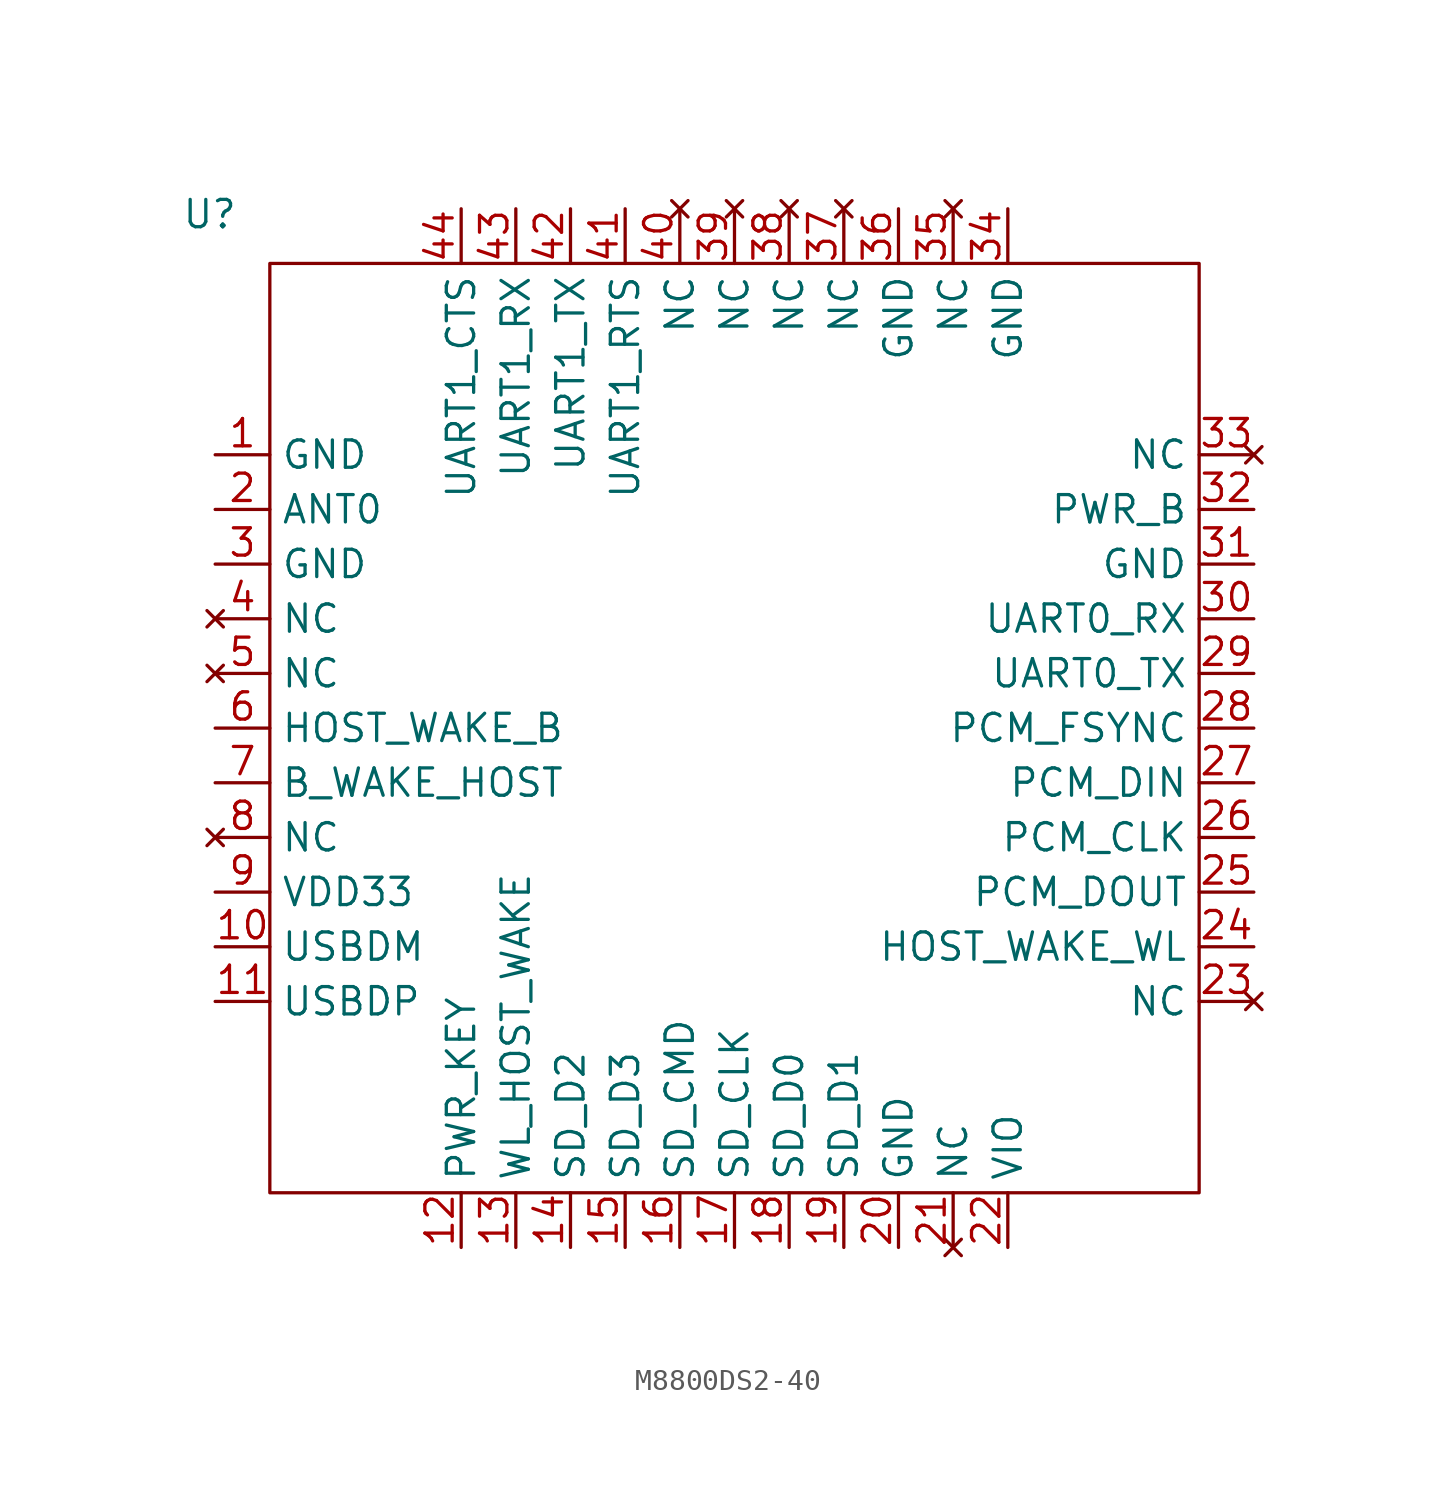
<source format=kicad_sym>
(kicad_symbol_lib
  (version 20241209)
  (generator "kicad_symbol_editor")
  (generator_version "9.0")
  (symbol "M8800DS2-40"
    (property "Reference" "U"
      (at -24.384 23.876 0)
      (effects (font (size 1.27 1.27))))
    (property "Value" ""
      (at 0 0 0)
      (effects (font (size 1.27 1.27))))
    (symbol "M8800DS2-40_0_1"
      (rectangle (start -21.59 21.59) (end 21.59 -21.59) (stroke (width 0) (type default)) (fill (type none))))
    (symbol "M8800DS2-40_1_1"
      (pin power_in line (at -24.13 12.7 0) (length 2.54) (name "GND" (effects (font (size 1.27 1.27)))) (number "1" (effects (font (size 1.27 1.27)))))
      (pin bidirectional line (at -24.13 10.16 0) (length 2.54) (name "ANT0" (effects (font (size 1.27 1.27)))) (number "2" (effects (font (size 1.27 1.27)))))
      (pin power_in line (at -24.13 7.62 0) (length 2.54) (name "GND" (effects (font (size 1.27 1.27)))) (number "3" (effects (font (size 1.27 1.27)))))
      (pin no_connect line (at -24.13 5.08 0) (length 2.54) (name "NC" (effects (font (size 1.27 1.27)))) (number "4" (effects (font (size 1.27 1.27)))))
      (pin no_connect line (at -24.13 2.54 0) (length 2.54) (name "NC" (effects (font (size 1.27 1.27)))) (number "5" (effects (font (size 1.27 1.27)))))
      (pin input line (at -24.13 0 0) (length 2.54) (name "HOST_WAKE_B" (effects (font (size 1.27 1.27)))) (number "6" (effects (font (size 1.27 1.27)))))
      (pin output line (at -24.13 -2.54 0) (length 2.54) (name "B_WAKE_HOST" (effects (font (size 1.27 1.27)))) (number "7" (effects (font (size 1.27 1.27)))))
      (pin no_connect line (at -24.13 -5.08 0) (length 2.54) (name "NC" (effects (font (size 1.27 1.27)))) (number "8" (effects (font (size 1.27 1.27)))))
      (pin power_in line (at -24.13 -7.62 0) (length 2.54) (name "VDD33" (effects (font (size 1.27 1.27)))) (number "9" (effects (font (size 1.27 1.27)))))
      (pin bidirectional line (at -24.13 -10.16 0) (length 2.54) (name "USBDM" (effects (font (size 1.27 1.27)))) (number "10" (effects (font (size 1.27 1.27)))))
      (pin bidirectional line (at -24.13 -12.7 0) (length 2.54) (name "USBDP" (effects (font (size 1.27 1.27)))) (number "11" (effects (font (size 1.27 1.27)))))
      (pin input line (at -12.7 24.13 270) (length 2.54) (name "UART1_CTS" (effects (font (size 1.27 1.27)))) (number "44" (effects (font (size 1.27 1.27)))))
      (pin input line (at -12.7 -24.13 90) (length 2.54) (name "PWR_KEY" (effects (font (size 1.27 1.27)))) (number "12" (effects (font (size 1.27 1.27)))))
      (pin input line (at -10.16 24.13 270) (length 2.54) (name "UART1_RX" (effects (font (size 1.27 1.27)))) (number "43" (effects (font (size 1.27 1.27)))))
      (pin bidirectional line (at -10.16 -24.13 90) (length 2.54) (name "WL_HOST_WAKE" (effects (font (size 1.27 1.27)))) (number "13" (effects (font (size 1.27 1.27)))))
      (pin output line (at -7.62 24.13 270) (length 2.54) (name "UART1_TX" (effects (font (size 1.27 1.27)))) (number "42" (effects (font (size 1.27 1.27)))))
      (pin bidirectional line (at -7.62 -24.13 90) (length 2.54) (name "SD_D2" (effects (font (size 1.27 1.27)))) (number "14" (effects (font (size 1.27 1.27)))))
      (pin output line (at -5.08 24.13 270) (length 2.54) (name "UART1_RTS" (effects (font (size 1.27 1.27)))) (number "41" (effects (font (size 1.27 1.27)))))
      (pin bidirectional line (at -5.08 -24.13 90) (length 2.54) (name "SD_D3" (effects (font (size 1.27 1.27)))) (number "15" (effects (font (size 1.27 1.27)))))
      (pin no_connect line (at -2.54 24.13 270) (length 2.54) (name "NC" (effects (font (size 1.27 1.27)))) (number "40" (effects (font (size 1.27 1.27)))))
      (pin bidirectional line (at -2.54 -24.13 90) (length 2.54) (name "SD_CMD" (effects (font (size 1.27 1.27)))) (number "16" (effects (font (size 1.27 1.27)))))
      (pin no_connect line (at 0 24.13 270) (length 2.54) (name "NC" (effects (font (size 1.27 1.27)))) (number "39" (effects (font (size 1.27 1.27)))))
      (pin input line (at 0 -24.13 90) (length 2.54) (name "SD_CLK" (effects (font (size 1.27 1.27)))) (number "17" (effects (font (size 1.27 1.27)))))
      (pin no_connect line (at 2.54 24.13 270) (length 2.54) (name "NC" (effects (font (size 1.27 1.27)))) (number "38" (effects (font (size 1.27 1.27)))))
      (pin bidirectional line (at 2.54 -24.13 90) (length 2.54) (name "SD_D0" (effects (font (size 1.27 1.27)))) (number "18" (effects (font (size 1.27 1.27)))))
      (pin no_connect line (at 5.08 24.13 270) (length 2.54) (name "NC" (effects (font (size 1.27 1.27)))) (number "37" (effects (font (size 1.27 1.27)))))
      (pin bidirectional line (at 5.08 -24.13 90) (length 2.54) (name "SD_D1" (effects (font (size 1.27 1.27)))) (number "19" (effects (font (size 1.27 1.27)))))
      (pin power_in line (at 7.62 24.13 270) (length 2.54) (name "GND" (effects (font (size 1.27 1.27)))) (number "36" (effects (font (size 1.27 1.27)))))
      (pin power_in line (at 7.62 -24.13 90) (length 2.54) (name "GND" (effects (font (size 1.27 1.27)))) (number "20" (effects (font (size 1.27 1.27)))))
      (pin no_connect line (at 10.16 24.13 270) (length 2.54) (name "NC" (effects (font (size 1.27 1.27)))) (number "35" (effects (font (size 1.27 1.27)))))
      (pin no_connect line (at 10.16 -24.13 90) (length 2.54) (name "NC" (effects (font (size 1.27 1.27)))) (number "21" (effects (font (size 1.27 1.27)))))
      (pin power_in line (at 12.7 24.13 270) (length 2.54) (name "GND" (effects (font (size 1.27 1.27)))) (number "34" (effects (font (size 1.27 1.27)))))
      (pin input line (at 12.7 -24.13 90) (length 2.54) (name "VIO" (effects (font (size 1.27 1.27)))) (number "22" (effects (font (size 1.27 1.27)))))
      (pin no_connect line (at 24.13 12.7 180) (length 2.54) (name "NC" (effects (font (size 1.27 1.27)))) (number "33" (effects (font (size 1.27 1.27)))))
      (pin unspecified line (at 24.13 10.16 180) (length 2.54) (name "PWR_B" (effects (font (size 1.27 1.27)))) (number "32" (effects (font (size 1.27 1.27)))))
      (pin power_in line (at 24.13 7.62 180) (length 2.54) (name "GND" (effects (font (size 1.27 1.27)))) (number "31" (effects (font (size 1.27 1.27)))))
      (pin input line (at 24.13 5.08 180) (length 2.54) (name "UART0_RX" (effects (font (size 1.27 1.27)))) (number "30" (effects (font (size 1.27 1.27)))))
      (pin output line (at 24.13 2.54 180) (length 2.54) (name "UART0_TX" (effects (font (size 1.27 1.27)))) (number "29" (effects (font (size 1.27 1.27)))))
      (pin input line (at 24.13 0 180) (length 2.54) (name "PCM_FSYNC" (effects (font (size 1.27 1.27)))) (number "28" (effects (font (size 1.27 1.27)))))
      (pin input line (at 24.13 -2.54 180) (length 2.54) (name "PCM_DIN" (effects (font (size 1.27 1.27)))) (number "27" (effects (font (size 1.27 1.27)))))
      (pin input line (at 24.13 -5.08 180) (length 2.54) (name "PCM_CLK" (effects (font (size 1.27 1.27)))) (number "26" (effects (font (size 1.27 1.27)))))
      (pin output line (at 24.13 -7.62 180) (length 2.54) (name "PCM_DOUT" (effects (font (size 1.27 1.27)))) (number "25" (effects (font (size 1.27 1.27)))))
      (pin input line (at 24.13 -10.16 180) (length 2.54) (name "HOST_WAKE_WL" (effects (font (size 1.27 1.27)))) (number "24" (effects (font (size 1.27 1.27)))))
      (pin no_connect line (at 24.13 -12.7 180) (length 2.54) (name "NC" (effects (font (size 1.27 1.27)))) (number "23" (effects (font (size 1.27 1.27))))))))
</source>
